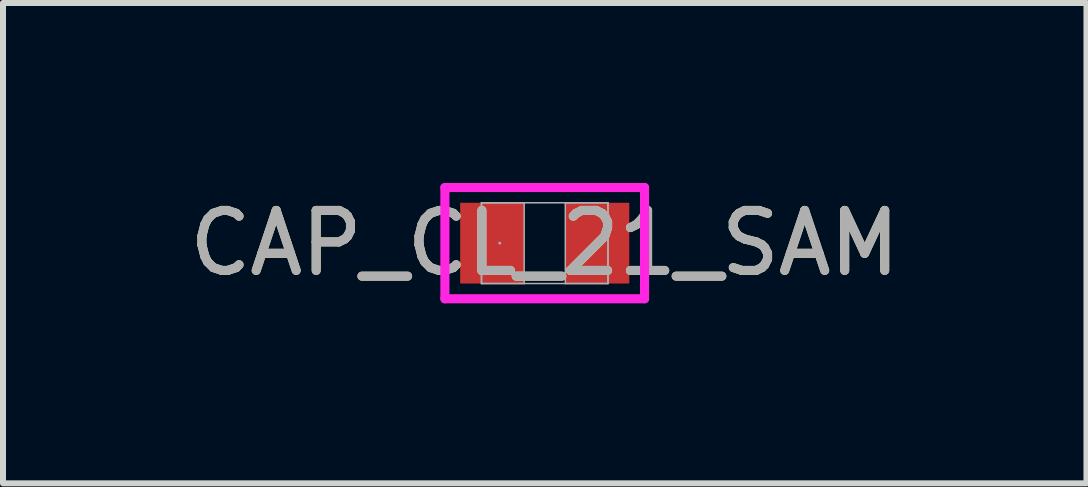
<source format=kicad_pcb>
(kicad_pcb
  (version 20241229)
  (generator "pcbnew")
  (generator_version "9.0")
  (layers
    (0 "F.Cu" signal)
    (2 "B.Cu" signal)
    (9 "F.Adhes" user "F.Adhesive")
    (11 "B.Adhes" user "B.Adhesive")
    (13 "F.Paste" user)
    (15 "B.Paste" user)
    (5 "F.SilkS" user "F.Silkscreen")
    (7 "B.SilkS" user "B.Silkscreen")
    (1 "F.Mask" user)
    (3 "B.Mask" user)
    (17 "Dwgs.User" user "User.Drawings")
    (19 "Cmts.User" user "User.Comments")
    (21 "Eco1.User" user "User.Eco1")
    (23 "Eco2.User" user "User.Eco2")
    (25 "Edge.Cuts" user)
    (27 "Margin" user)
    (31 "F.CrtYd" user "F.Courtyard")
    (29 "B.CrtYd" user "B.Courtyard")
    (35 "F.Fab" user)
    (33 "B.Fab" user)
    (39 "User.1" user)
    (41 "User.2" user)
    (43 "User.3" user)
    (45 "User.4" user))
  (footprint "CAP_CL_21_SAM"
    (layer "F.Cu")
    (at 6.03 1.003)
    (property "Reference" "CAP_CL_21_SAM" (at 0 0 0) (unlocked yes) (layer "F.SilkS") (effects (font (size 1 1) (thickness 0.15))))
    (attr smd)
    (fp_line (start -1.664 -0.927) (end 1.664 -0.927) (stroke (width 0.152) (type solid)) (layer "F.CrtYd"))
    (fp_line (start -1.664 0.927) (end -1.664 -0.927) (stroke (width 0.152) (type solid)) (layer "F.CrtYd"))
    (fp_line (start 1.664 -0.927) (end 1.664 0.927) (stroke (width 0.152) (type solid)) (layer "F.CrtYd"))
    (fp_line (start 1.664 0.927) (end -1.664 0.927) (stroke (width 0.152) (type solid)) (layer "F.CrtYd"))
    (fp_line (start -1.054 -0.673) (end -1.054 0.673) (stroke (width 0.025) (type solid)) (layer "F.Fab"))
    (fp_line (start -1.054 -0.673) (end -1.054 0.673) (stroke (width 0.025) (type solid)) (layer "F.Fab"))
    (fp_line (start -1.054 0.673) (end -0.343 0.673) (stroke (width 0.025) (type solid)) (layer "F.Fab"))
    (fp_line (start -1.054 0.673) (end 1.054 0.673) (stroke (width 0.025) (type solid)) (layer "F.Fab"))
    (fp_line (start -0.343 -0.673) (end -1.054 -0.673) (stroke (width 0.025) (type solid)) (layer "F.Fab"))
    (fp_line (start -0.343 0.673) (end -0.343 -0.673) (stroke (width 0.025) (type solid)) (layer "F.Fab"))
    (fp_line (start 0.343 -0.673) (end 0.343 0.673) (stroke (width 0.025) (type solid)) (layer "F.Fab"))
    (fp_line (start 0.343 0.673) (end 1.054 0.673) (stroke (width 0.025) (type solid)) (layer "F.Fab"))
    (fp_line (start 1.054 -0.673) (end -1.054 -0.673) (stroke (width 0.025) (type solid)) (layer "F.Fab"))
    (fp_line (start 1.054 -0.673) (end 0.343 -0.673) (stroke (width 0.025) (type solid)) (layer "F.Fab"))
    (fp_line (start 1.054 0.673) (end 1.054 -0.673) (stroke (width 0.025) (type solid)) (layer "F.Fab"))
    (fp_line (start 1.054 0.673) (end 1.054 -0.673) (stroke (width 0.025) (type solid)) (layer "F.Fab"))
    (fp_circle (center -0.749 0) (end -0.749 0) (stroke (width 0.025) (type solid)) (fill no) (layer "F.Fab"))
    (fp_text user "${REFERENCE}" (at 0 0 0) (unlocked yes) (layer "F.Fab") (effects (font (size 1 1) (thickness 0.15))))
    (pad "1" smd rect (at -0.876 0) (size 1.067 1.346) (layers "F.Cu" "F.Mask" "F.Paste"))
    (pad "2" smd rect (at 0.876 0) (size 1.067 1.346) (layers "F.Cu" "F.Mask" "F.Paste"))
    (zone (net_name "") (layer "F.Cu") (hatch full 0.508) (connect_pads) (min_thickness 0.254) (filled_areas_thickness no) (keepout (tracks not_allowed) (vias not_allowed) (pads allowed) (copperpour not_allowed) (footprints allowed)) (placement (enabled no)) (fill) (polygon (pts (xy 5.738 0.381) (xy 6.322 0.381) (xy 6.322 1.626) (xy 5.738 1.626)))))
  (gr_rect
    (start -3 -3)
    (end 15.06 5.007)
    (stroke (width 0.1) (type default))
    (fill no)
    (layer "Edge.Cuts")))
</source>
